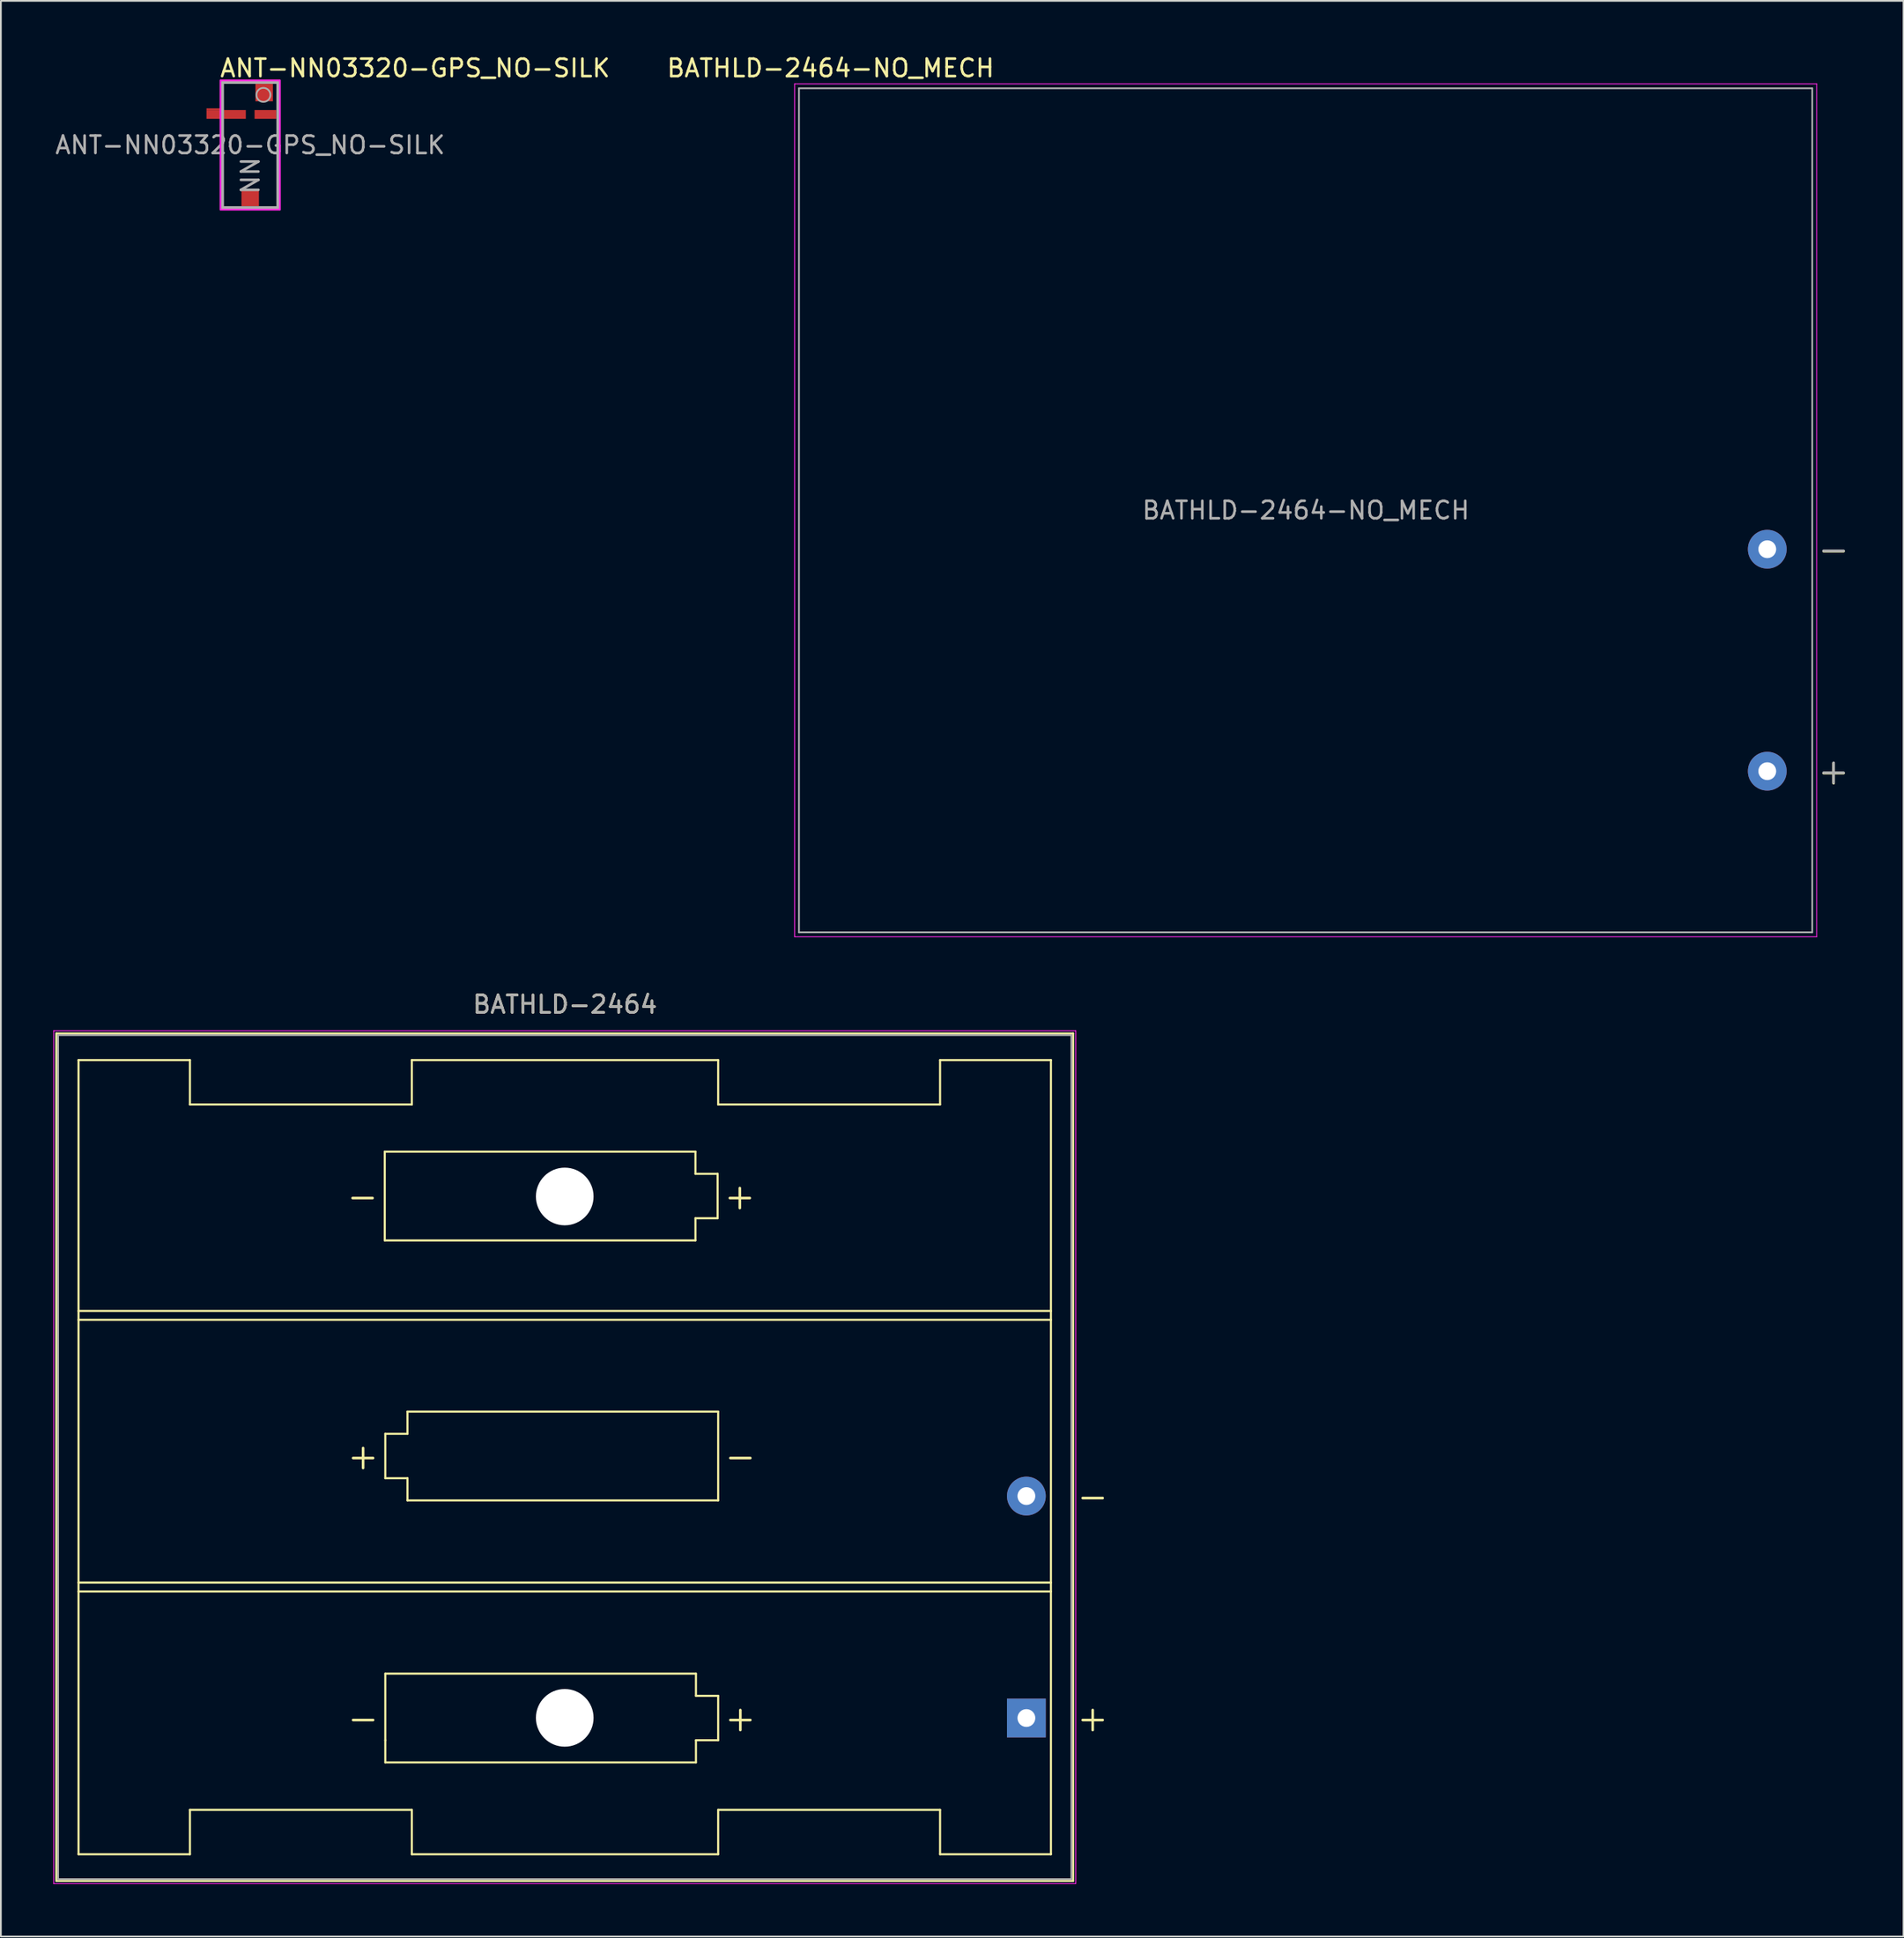
<source format=kicad_pcb>
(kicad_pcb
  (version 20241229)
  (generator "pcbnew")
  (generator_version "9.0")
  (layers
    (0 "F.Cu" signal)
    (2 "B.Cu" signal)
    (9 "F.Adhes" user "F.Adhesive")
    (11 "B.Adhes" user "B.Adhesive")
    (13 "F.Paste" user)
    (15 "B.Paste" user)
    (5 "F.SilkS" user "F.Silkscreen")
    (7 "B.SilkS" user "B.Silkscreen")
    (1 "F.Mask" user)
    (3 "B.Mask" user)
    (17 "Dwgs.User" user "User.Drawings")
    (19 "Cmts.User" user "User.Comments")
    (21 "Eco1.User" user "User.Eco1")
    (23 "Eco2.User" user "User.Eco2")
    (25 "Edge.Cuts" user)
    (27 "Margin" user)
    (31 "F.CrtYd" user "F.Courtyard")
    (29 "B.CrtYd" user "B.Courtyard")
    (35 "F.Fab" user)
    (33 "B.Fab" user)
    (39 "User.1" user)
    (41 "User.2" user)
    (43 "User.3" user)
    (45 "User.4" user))
  (footprint "ANT-NN03320-GPS_NO-SILK"
    (layer "F.Cu")
    (at 11.268 5.248)
    (property "Reference" "ANT-NN03320-GPS_NO-SILK" (at -1.8 -4.4 180) (layer "F.SilkS") (effects (font (size 1 1) (thickness 0.15)) (justify left)))
    (attr smd)
    (fp_rect (start -1.7 -3.7) (end 1.7 3.7) (stroke (width 0.1) (type solid)) (fill no) (layer "F.CrtYd"))
    (fp_rect (start -1.6 -3.6) (end 1.6 3.6) (stroke (width 0.2) (type solid)) (fill no) (layer "F.Fab"))
    (fp_circle (center 0.757 -2.869) (end 1.157 -2.869) (stroke (width 0.1) (type solid)) (fill no) (layer "F.Fab"))
    (fp_text user "${REFERENCE}" (at 0 0 0) (layer "F.Fab") (effects (font (size 1 1) (thickness 0.15))))
    (fp_text user "NN" (at 0.6 2.9 90) (unlocked yes) (layer "F.Fab") (effects (font (size 1 1) (thickness 0.15)) (justify left bottom)))
    (pad "1" smd rect (at 0 3) (size 1 1) (layers "F.Cu" "F.Mask" "F.Paste"))
    (pad "2" smd rect (at 0.875 -1.75) (size 1.25 0.5) (layers "F.Cu" "F.Mask" "F.Paste"))
    (pad "3" smd rect (at 0.8 -3) (size 1 1) (layers "F.Cu" "F.Mask" "F.Paste"))
    (pad "4" smd rect (at -2.1 -2.05) (size 0.8 0.1) (layers "F.Cu"))
    (pad "4" smd rect (at -2 -1.75) (size 1 0.5) (layers "F.Cu"))
    (pad "4" smd rect (at -0.875 -1.75) (size 1.25 0.5) (layers "F.Cu" "F.Mask" "F.Paste"))
    (zone (net_name "") (layers "F.Cu" "B.Cu") (name "Clearance Area") (hatch full 0.5) (connect_pads) (min_thickness 0.25) (filled_areas_thickness no) (keepout (tracks allowed) (vias allowed) (pads allowed) (copperpour not_allowed) (footprints allowed)) (placement (enabled no)) (fill) (polygon (pts (xy 9.268 1.748) (xy 13.268 1.748) (xy 13.268 9.248) (xy 9.268 9.248)))))
  (footprint "BATHLD-2464-NO_MECH"
    (layer "F.Cu")
    (at 71.686 26.148)
    (property "Reference" "BATHLD-2464-NO_MECH" (at -27.2 -25.3 180) (layer "F.SilkS") (effects (font (size 1 1) (thickness 0.15))))
    (attr through_hole)
    (fp_line (start -29.26 -24.4) (end -29.26 24.4) (stroke (width 0.05) (type solid)) (layer "F.CrtYd"))
    (fp_line (start -29.26 24.4) (end 29.23 24.4) (stroke (width 0.05) (type solid)) (layer "F.CrtYd"))
    (fp_line (start 29.23 -24.4) (end -29.26 -24.4) (stroke (width 0.05) (type solid)) (layer "F.CrtYd"))
    (fp_line (start 29.23 24.4) (end 29.23 -24.4) (stroke (width 0.05) (type solid)) (layer "F.CrtYd"))
    (fp_line (start -29.01 -24.145) (end -29.01 24.145) (stroke (width 0.1) (type solid)) (layer "F.Fab"))
    (fp_line (start 28.98 -24.145) (end -29.01 -24.145) (stroke (width 0.1) (type solid)) (layer "F.Fab"))
    (fp_line (start 28.98 -24.145) (end 28.98 24.145) (stroke (width 0.1) (type solid)) (layer "F.Fab"))
    (fp_line (start 28.98 24.145) (end -29.01 24.145) (stroke (width 0.1) (type solid)) (layer "F.Fab"))
    (fp_text user "-" (at 30.2 2.225 180) (layer "F.SilkS") (effects (font (size 1.5 1.5) (thickness 0.15))))
    (fp_text user "+" (at 30.2 14.925 180) (layer "F.SilkS") (effects (font (size 1.5 1.5) (thickness 0.15))))
    (fp_text user "-" (at 30.2 2.2 180) (layer "F.Fab") (effects (font (size 1.5 1.5) (thickness 0.15))))
    (fp_text user "${REFERENCE}" (at 0 0 0) (layer "F.Fab") (effects (font (size 1 1) (thickness 0.15))))
    (fp_text user "+" (at 30.2 14.9 180) (layer "F.Fab") (effects (font (size 1.5 1.5) (thickness 0.15))))
    (pad "1" thru_hole circle (at 26.405 14.925 180) (size 2.22 2.22) (drill 1.02) (layers "*.Cu" "*.Mask"))
    (pad "2" thru_hole circle (at 26.405 2.225) (size 2.22 2.22) (drill 1.02) (layers "*.Cu" "*.Mask")))
  (footprint "BATHLD-2464"
    (layer "F.Cu")
    (at 29.285 80.322)
    (property "Reference" "BATHLD-2464" (at 0 -25.9 180) (layer "F.SilkS") (effects (font (size 1 1) (thickness 0.15))))
    (attr through_hole)
    (fp_line (start -29.11 -24.245) (end -29.11 24.245) (stroke (width 0.12) (type solid)) (layer "F.SilkS"))
    (fp_line (start -29.11 24.245) (end 29.08 24.245) (stroke (width 0.12) (type solid)) (layer "F.SilkS"))
    (fp_line (start -27.84 -22.72) (end -21.465 -22.72) (stroke (width 0.12) (type solid)) (layer "F.SilkS"))
    (fp_line (start -27.84 -8.368) (end 27.81 -8.368) (stroke (width 0.12) (type solid)) (layer "F.SilkS"))
    (fp_line (start -27.84 7.176) (end 27.81 7.176) (stroke (width 0.12) (type solid)) (layer "F.SilkS"))
    (fp_line (start -27.84 22.72) (end -27.84 -22.72) (stroke (width 0.12) (type solid)) (layer "F.SilkS"))
    (fp_line (start -27.84 22.72) (end -21.465 22.72) (stroke (width 0.12) (type solid)) (layer "F.SilkS"))
    (fp_line (start -21.465 -22.72) (end -21.465 -20.18) (stroke (width 0.12) (type solid)) (layer "F.SilkS"))
    (fp_line (start -21.465 -20.18) (end -8.765 -20.18) (stroke (width 0.12) (type solid)) (layer "F.SilkS"))
    (fp_line (start -21.465 20.18) (end -8.765 20.18) (stroke (width 0.12) (type solid)) (layer "F.SilkS"))
    (fp_line (start -21.465 22.72) (end -21.465 20.18) (stroke (width 0.12) (type solid)) (layer "F.SilkS"))
    (fp_line (start -10.315 -17.48) (end 7.465 -17.48) (stroke (width 0.12) (type solid)) (layer "F.SilkS"))
    (fp_line (start -10.315 -12.4) (end -10.315 -17.48) (stroke (width 0.12) (type solid)) (layer "F.SilkS"))
    (fp_line (start -10.285 -1.335) (end -9.015 -1.335) (stroke (width 0.12) (type solid)) (layer "F.SilkS"))
    (fp_line (start -10.285 1.205) (end -10.285 -1.335) (stroke (width 0.12) (type solid)) (layer "F.SilkS"))
    (fp_line (start -10.285 12.385) (end 7.495 12.385) (stroke (width 0.12) (type solid)) (layer "F.SilkS"))
    (fp_line (start -10.285 16.195) (end -10.285 12.385) (stroke (width 0.12) (type solid)) (layer "F.SilkS"))
    (fp_line (start -10.285 17.465) (end -10.285 16.195) (stroke (width 0.12) (type solid)) (layer "F.SilkS"))
    (fp_line (start -9.015 -2.605) (end 8.765 -2.605) (stroke (width 0.12) (type solid)) (layer "F.SilkS"))
    (fp_line (start -9.015 -1.335) (end -9.015 -2.605) (stroke (width 0.12) (type solid)) (layer "F.SilkS"))
    (fp_line (start -9.015 1.205) (end -10.285 1.205) (stroke (width 0.12) (type solid)) (layer "F.SilkS"))
    (fp_line (start -9.015 2.475) (end -9.015 1.205) (stroke (width 0.12) (type solid)) (layer "F.SilkS"))
    (fp_line (start -8.765 -22.72) (end -8.765 -20.18) (stroke (width 0.12) (type solid)) (layer "F.SilkS"))
    (fp_line (start -8.765 20.18) (end -8.765 22.72) (stroke (width 0.12) (type solid)) (layer "F.SilkS"))
    (fp_line (start -8.765 22.72) (end 8.765 22.72) (stroke (width 0.12) (type solid)) (layer "F.SilkS"))
    (fp_line (start 7.465 -17.48) (end 7.465 -16.21) (stroke (width 0.12) (type solid)) (layer "F.SilkS"))
    (fp_line (start 7.465 -16.21) (end 8.735 -16.21) (stroke (width 0.12) (type solid)) (layer "F.SilkS"))
    (fp_line (start 7.465 -13.67) (end 7.465 -12.4) (stroke (width 0.12) (type solid)) (layer "F.SilkS"))
    (fp_line (start 7.465 -12.4) (end -10.315 -12.4) (stroke (width 0.12) (type solid)) (layer "F.SilkS"))
    (fp_line (start 7.495 12.385) (end 7.495 13.655) (stroke (width 0.12) (type solid)) (layer "F.SilkS"))
    (fp_line (start 7.495 13.655) (end 8.765 13.655) (stroke (width 0.12) (type solid)) (layer "F.SilkS"))
    (fp_line (start 7.495 16.195) (end 7.495 17.465) (stroke (width 0.12) (type solid)) (layer "F.SilkS"))
    (fp_line (start 7.495 17.465) (end -10.285 17.465) (stroke (width 0.12) (type solid)) (layer "F.SilkS"))
    (fp_line (start 8.735 -16.21) (end 8.735 -13.67) (stroke (width 0.12) (type solid)) (layer "F.SilkS"))
    (fp_line (start 8.735 -13.67) (end 7.465 -13.67) (stroke (width 0.12) (type solid)) (layer "F.SilkS"))
    (fp_line (start 8.765 -22.72) (end -8.765 -22.72) (stroke (width 0.12) (type solid)) (layer "F.SilkS"))
    (fp_line (start 8.765 -20.18) (end 8.765 -22.72) (stroke (width 0.12) (type solid)) (layer "F.SilkS"))
    (fp_line (start 8.765 -2.605) (end 8.765 2.475) (stroke (width 0.12) (type solid)) (layer "F.SilkS"))
    (fp_line (start 8.765 2.475) (end -9.015 2.475) (stroke (width 0.12) (type solid)) (layer "F.SilkS"))
    (fp_line (start 8.765 13.655) (end 8.765 16.195) (stroke (width 0.12) (type solid)) (layer "F.SilkS"))
    (fp_line (start 8.765 16.195) (end 7.495 16.195) (stroke (width 0.12) (type solid)) (layer "F.SilkS"))
    (fp_line (start 8.765 22.72) (end 8.765 20.18) (stroke (width 0.12) (type solid)) (layer "F.SilkS"))
    (fp_line (start 21.465 -22.72) (end 21.465 -20.18) (stroke (width 0.12) (type solid)) (layer "F.SilkS"))
    (fp_line (start 21.465 -20.18) (end 8.765 -20.18) (stroke (width 0.12) (type solid)) (layer "F.SilkS"))
    (fp_line (start 21.465 20.18) (end 8.765 20.18) (stroke (width 0.12) (type solid)) (layer "F.SilkS"))
    (fp_line (start 21.465 20.18) (end 21.465 22.72) (stroke (width 0.12) (type solid)) (layer "F.SilkS"))
    (fp_line (start 21.465 22.72) (end 27.81 22.72) (stroke (width 0.12) (type solid)) (layer "F.SilkS"))
    (fp_line (start 27.81 -22.72) (end 21.465 -22.72) (stroke (width 0.12) (type solid)) (layer "F.SilkS"))
    (fp_line (start 27.81 -7.86) (end -27.84 -7.86) (stroke (width 0.12) (type solid)) (layer "F.SilkS"))
    (fp_line (start 27.81 7.684) (end -27.84 7.684) (stroke (width 0.12) (type solid)) (layer "F.SilkS"))
    (fp_line (start 27.81 22.72) (end 27.81 -22.72) (stroke (width 0.12) (type solid)) (layer "F.SilkS"))
    (fp_line (start 29.08 -24.245) (end -29.11 -24.245) (stroke (width 0.12) (type solid)) (layer "F.SilkS"))
    (fp_line (start 29.08 24.245) (end 29.08 -24.245) (stroke (width 0.12) (type solid)) (layer "F.SilkS"))
    (fp_line (start -29.26 -24.4) (end -29.26 24.4) (stroke (width 0.05) (type solid)) (layer "F.CrtYd"))
    (fp_line (start -29.26 24.4) (end 29.23 24.4) (stroke (width 0.05) (type solid)) (layer "F.CrtYd"))
    (fp_line (start 29.23 -24.4) (end -29.26 -24.4) (stroke (width 0.05) (type solid)) (layer "F.CrtYd"))
    (fp_line (start 29.23 24.4) (end 29.23 -24.4) (stroke (width 0.05) (type solid)) (layer "F.CrtYd"))
    (fp_line (start -29.01 -24.145) (end -29.01 24.145) (stroke (width 0.1) (type solid)) (layer "F.Fab"))
    (fp_line (start 28.98 -24.145) (end -29.01 -24.145) (stroke (width 0.1) (type solid)) (layer "F.Fab"))
    (fp_line (start 28.98 -24.145) (end 28.98 24.145) (stroke (width 0.1) (type solid)) (layer "F.Fab"))
    (fp_line (start 28.98 24.145) (end -29.01 24.145) (stroke (width 0.1) (type solid)) (layer "F.Fab"))
    (fp_text user "+" (at 30.2 14.925 180) (layer "F.SilkS") (effects (font (size 1.5 1.5) (thickness 0.15))))
    (fp_text user "-" (at -11.585 -14.94 0) (layer "F.SilkS") (effects (font (size 1.5 1.5) (thickness 0.15))))
    (fp_text user "+" (at 10.035 14.925 180) (layer "F.SilkS") (effects (font (size 1.5 1.5) (thickness 0.15))))
    (fp_text user "+" (at -11.555 -0.065 180) (layer "F.SilkS") (effects (font (size 1.5 1.5) (thickness 0.15))))
    (fp_text user "+" (at 10.005 -14.94 0) (layer "F.SilkS") (effects (font (size 1.5 1.5) (thickness 0.15))))
    (fp_text user "-" (at 30.2 2.225 180) (layer "F.SilkS") (effects (font (size 1.5 1.5) (thickness 0.15))))
    (fp_text user "-" (at -11.555 14.925 180) (layer "F.SilkS") (effects (font (size 1.5 1.5) (thickness 0.15))))
    (fp_text user "-" (at 10.035 -0.065 180) (layer "F.SilkS") (effects (font (size 1.5 1.5) (thickness 0.15))))
    (fp_text user "${REFERENCE}" (at 0 -25.9 0) (layer "F.Fab") (effects (font (size 1 1) (thickness 0.15))))
    (pad "" np_thru_hole circle (at -0.015 -14.915) (size 3.3 3.3) (drill 3.3) (layers "*.Cu" "*.Mask"))
    (pad "" np_thru_hole circle (at -0.015 14.915 180) (size 3.3 3.3) (drill 3.3) (layers "*.Cu" "*.Mask"))
    (pad "1" thru_hole rect (at 26.405 14.925 180) (size 2.22 2.22) (drill 1.02) (layers "*.Cu" "*.Mask"))
    (pad "2" thru_hole circle (at 26.405 2.225) (size 2.22 2.22) (drill 1.02) (layers "*.Cu" "*.Mask")))
  (gr_rect
    (start -3 -3)
    (end 105.889 107.746)
    (stroke (width 0.1) (type default))
    (fill no)
    (layer "Edge.Cuts")))
</source>
